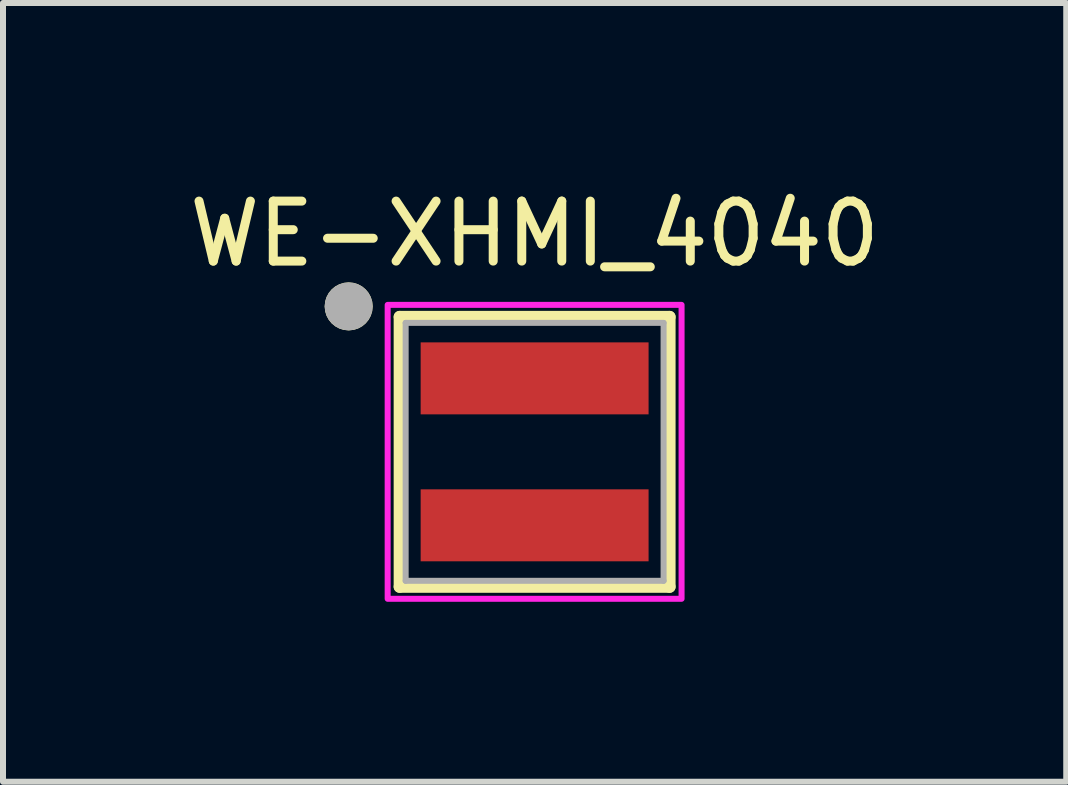
<source format=kicad_pcb>
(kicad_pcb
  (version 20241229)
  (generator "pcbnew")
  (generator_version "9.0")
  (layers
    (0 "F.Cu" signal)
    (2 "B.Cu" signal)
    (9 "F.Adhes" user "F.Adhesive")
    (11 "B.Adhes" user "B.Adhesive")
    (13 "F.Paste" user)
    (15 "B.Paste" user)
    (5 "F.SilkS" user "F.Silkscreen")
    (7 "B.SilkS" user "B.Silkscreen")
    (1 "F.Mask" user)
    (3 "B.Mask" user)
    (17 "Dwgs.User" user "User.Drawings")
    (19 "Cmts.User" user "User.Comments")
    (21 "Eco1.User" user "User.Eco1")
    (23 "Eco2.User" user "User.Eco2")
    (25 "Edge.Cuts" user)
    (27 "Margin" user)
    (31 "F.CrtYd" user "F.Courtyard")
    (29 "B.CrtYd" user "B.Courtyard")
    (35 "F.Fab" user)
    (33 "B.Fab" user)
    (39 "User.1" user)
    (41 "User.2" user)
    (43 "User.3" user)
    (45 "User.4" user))
  (footprint "WE-XHMI_4040"
    (layer "F.Cu")
    (at 5.863 4.483)
    (property "Reference" "WE-XHMI_4040" (at 0 -3.635 0) (layer "F.SilkS") (effects (font (size 1 1) (thickness 0.15))))
    (attr smd)
    (fp_line (start -2.25 -2.25) (end 2.25 -2.25) (stroke (width 0.2) (type solid)) (layer "F.SilkS"))
    (fp_line (start -2.25 2.25) (end -2.25 -2.25) (stroke (width 0.2) (type solid)) (layer "F.SilkS"))
    (fp_line (start 2.25 -2.25) (end 2.25 2.25) (stroke (width 0.2) (type solid)) (layer "F.SilkS"))
    (fp_line (start 2.25 2.25) (end -2.25 2.25) (stroke (width 0.2) (type solid)) (layer "F.SilkS"))
    (fp_circle (center -3.1 -2.425) (end -2.9 -2.425) (stroke (width 0.4) (type solid)) (fill no) (layer "F.SilkS"))
    (fp_poly (pts (xy 2.45 -2.45) (xy 2.45 2.45) (xy -2.45 2.45) (xy -2.45 -2.45)) (stroke (width 0.1) (type solid)) (fill no) (layer "F.CrtYd"))
    (fp_line (start -2.15 -2.15) (end 2.15 -2.15) (stroke (width 0.1) (type solid)) (layer "F.Fab"))
    (fp_line (start -2.15 2.15) (end -2.15 -2.15) (stroke (width 0.1) (type solid)) (layer "F.Fab"))
    (fp_line (start 2.15 -2.15) (end 2.15 2.15) (stroke (width 0.1) (type solid)) (layer "F.Fab"))
    (fp_line (start 2.15 2.15) (end -2.15 2.15) (stroke (width 0.1) (type solid)) (layer "F.Fab"))
    (fp_circle (center -3.1 -2.425) (end -2.9 -2.425) (stroke (width 0.4) (type solid)) (fill no) (layer "F.Fab"))
    (pad "1" smd rect (at 0 -1.225) (size 3.8 1.2) (layers "F.Cu" "F.Mask" "F.Paste"))
    (pad "2" smd rect (at 0 1.225) (size 3.8 1.2) (layers "F.Cu" "F.Mask" "F.Paste"))
    (zone (net_name "") (layer "F.Cu") (hatch full 0.508) (connect_pads) (min_thickness 0.1) (filled_areas_thickness no) (keepout (tracks not_allowed) (vias not_allowed) (pads not_allowed) (copperpour not_allowed) (footprints allowed)) (placement (enabled no)) (fill) (polygon (pts (xy 7.863 3.958) (xy 7.863 5.008) (xy 3.863 5.008) (xy 3.863 3.958))))
    (zone (net_name "") (layers "F.Cu" "B.Cu") (hatch full 0.508) (connect_pads) (min_thickness 0.1) (filled_areas_thickness no) (keepout (tracks allowed) (vias not_allowed) (pads allowed) (copperpour allowed) (footprints allowed)) (placement (enabled no)) (fill) (polygon (pts (xy 7.863 3.958) (xy 7.863 5.008) (xy 3.863 5.008) (xy 3.863 3.958)))))
  (gr_rect
    (start -3 -3)
    (end 14.726 9.983)
    (stroke (width 0.1) (type default))
    (fill no)
    (layer "Edge.Cuts")))
</source>
